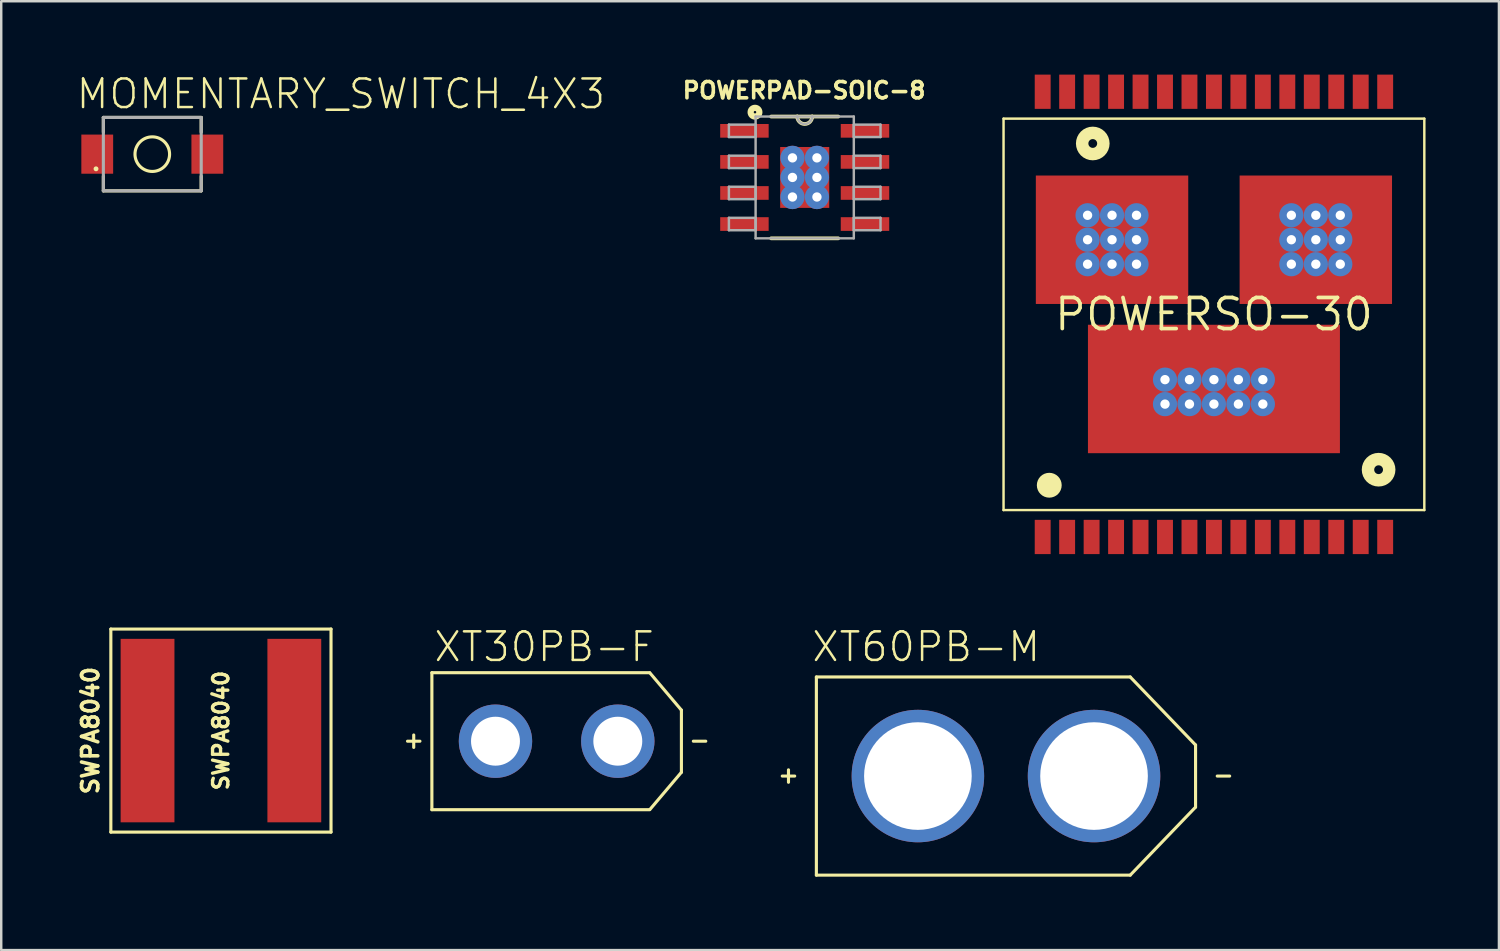
<source format=kicad_pcb>
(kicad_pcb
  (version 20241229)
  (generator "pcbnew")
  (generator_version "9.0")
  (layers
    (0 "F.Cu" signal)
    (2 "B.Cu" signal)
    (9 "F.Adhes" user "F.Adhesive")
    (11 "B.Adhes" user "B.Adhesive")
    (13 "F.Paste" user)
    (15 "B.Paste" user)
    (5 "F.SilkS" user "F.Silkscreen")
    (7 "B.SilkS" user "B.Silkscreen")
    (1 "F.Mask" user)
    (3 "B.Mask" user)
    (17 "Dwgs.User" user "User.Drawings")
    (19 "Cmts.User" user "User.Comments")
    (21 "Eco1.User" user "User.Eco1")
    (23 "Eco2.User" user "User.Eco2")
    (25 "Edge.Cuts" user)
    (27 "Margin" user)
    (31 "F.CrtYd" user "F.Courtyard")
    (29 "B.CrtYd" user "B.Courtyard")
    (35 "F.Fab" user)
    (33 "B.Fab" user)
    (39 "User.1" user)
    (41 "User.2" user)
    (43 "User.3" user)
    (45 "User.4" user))
  (footprint "XT30PB-F"
    (layer "F.Cu")
    (at 19.704 27.248)
    (property "Reference" "XT30PB-F" (at -5.08 -3.175 0) (layer "F.SilkS") (effects (font (size 1.168 1.168) (thickness 0.102)) (justify left bottom)))
    (fp_line (start -5.842 -0.254) (end -5.842 0.254) (stroke (width 0.127) (type solid)) (layer "F.SilkS"))
    (fp_line (start -5.588 0) (end -6.096 0) (stroke (width 0.127) (type solid)) (layer "F.SilkS"))
    (fp_line (start -5.1 -2.8) (end 3.8 -2.8) (stroke (width 0.127) (type solid)) (layer "F.SilkS"))
    (fp_line (start -5.1 2.8) (end -5.1 -2.8) (stroke (width 0.127) (type solid)) (layer "F.SilkS"))
    (fp_line (start -5.1 2.8) (end 3.8 2.8) (stroke (width 0.127) (type solid)) (layer "F.SilkS"))
    (fp_line (start 3.81 -2.794) (end 5.1 -1.27) (stroke (width 0.127) (type solid)) (layer "F.SilkS"))
    (fp_line (start 5.1 -1.27) (end 5.1 1.27) (stroke (width 0.127) (type solid)) (layer "F.SilkS"))
    (fp_line (start 5.1 1.27) (end 3.81 2.794) (stroke (width 0.127) (type solid)) (layer "F.SilkS"))
    (fp_line (start 5.588 0) (end 6.096 0) (stroke (width 0.127) (type solid)) (layer "F.SilkS"))
    (pad "+" thru_hole circle (at -2.5 0) (size 3 3) (drill 2) (layers "*.Cu" "*.Mask"))
    (pad "-" thru_hole circle (at 2.5 0) (size 3 3) (drill 2) (layers "*.Cu" "*.Mask")))
  (footprint "POWERSO-30"
    (layer "F.Cu")
    (at 46.572 9.8)
    (property "Reference" "POWERSO-30" (at 0 0 0) (layer "F.SilkS") (effects (font (size 1.27 1.27) (thickness 0.15))))
    (fp_line (start -8.6 -8) (end -8.6 8) (stroke (width 0.1) (type solid)) (layer "F.SilkS"))
    (fp_line (start -8.6 -8) (end 8.6 -8) (stroke (width 0.1) (type solid)) (layer "F.SilkS"))
    (fp_line (start -8.6 8) (end 8.6 8) (stroke (width 0.1) (type solid)) (layer "F.SilkS"))
    (fp_line (start 8.6 -8) (end 8.6 8) (stroke (width 0.1) (type solid)) (layer "F.SilkS"))
    (fp_circle (center -6.731 6.985) (end -6.477 6.985) (stroke (width 0.508) (type solid)) (fill no) (layer "F.SilkS"))
    (fp_circle (center -4.953 -6.985) (end -4.773 -6.985) (stroke (width 0.508) (type solid)) (fill no) (layer "F.SilkS"))
    (fp_circle (center 6.731 6.35) (end 6.911 6.35) (stroke (width 0.508) (type solid)) (fill no) (layer "F.SilkS"))
    (pad "P$1" thru_hole circle (at -4.165 -3.05) (size 0.991 0.991) (drill 0.381) (layers "*.Cu" "*.Mask"))
    (pad "P$2" thru_hole circle (at -3.165 -3.05) (size 0.991 0.991) (drill 0.381) (layers "*.Cu" "*.Mask"))
    (pad "P$3" thru_hole circle (at -5.165 -3.05) (size 0.991 0.991) (drill 0.381) (layers "*.Cu" "*.Mask"))
    (pad "P$4" thru_hole circle (at -5.165 -2.05) (size 0.991 0.991) (drill 0.381) (layers "*.Cu" "*.Mask"))
    (pad "P$5" thru_hole circle (at -4.165 -2.05) (size 0.991 0.991) (drill 0.381) (layers "*.Cu" "*.Mask"))
    (pad "P$6" thru_hole circle (at -3.165 -2.05) (size 0.991 0.991) (drill 0.381) (layers "*.Cu" "*.Mask"))
    (pad "P$7" thru_hole circle (at -5.165 -4.05) (size 0.991 0.991) (drill 0.381) (layers "*.Cu" "*.Mask"))
    (pad "P$8" thru_hole circle (at -4.165 -4.05) (size 0.991 0.991) (drill 0.381) (layers "*.Cu" "*.Mask"))
    (pad "P$9" thru_hole circle (at -3.165 -4.05) (size 0.991 0.991) (drill 0.381) (layers "*.Cu" "*.Mask"))
    (pad "P$10" thru_hole circle (at 4.165 -3.05) (size 0.991 0.991) (drill 0.381) (layers "*.Cu" "*.Mask"))
    (pad "P$11" thru_hole circle (at 5.165 -3.05) (size 0.991 0.991) (drill 0.381) (layers "*.Cu" "*.Mask"))
    (pad "P$12" thru_hole circle (at 3.165 -3.05) (size 0.991 0.991) (drill 0.381) (layers "*.Cu" "*.Mask"))
    (pad "P$13" thru_hole circle (at 3.165 -2.05) (size 0.991 0.991) (drill 0.381) (layers "*.Cu" "*.Mask"))
    (pad "P$14" thru_hole circle (at 4.165 -2.05) (size 0.991 0.991) (drill 0.381) (layers "*.Cu" "*.Mask"))
    (pad "P$15" thru_hole circle (at 5.165 -2.05) (size 0.991 0.991) (drill 0.381) (layers "*.Cu" "*.Mask"))
    (pad "P$16" thru_hole circle (at 3.165 -4.05) (size 0.991 0.991) (drill 0.381) (layers "*.Cu" "*.Mask"))
    (pad "P$17" thru_hole circle (at 4.165 -4.05) (size 0.991 0.991) (drill 0.381) (layers "*.Cu" "*.Mask"))
    (pad "P$18" thru_hole circle (at 5.165 -4.05) (size 0.991 0.991) (drill 0.381) (layers "*.Cu" "*.Mask"))
    (pad "P$19" thru_hole circle (at 0 2.669) (size 0.991 0.991) (drill 0.381) (layers "*.Cu" "*.Mask"))
    (pad "P$20" thru_hole circle (at -1 2.669) (size 0.991 0.991) (drill 0.381) (layers "*.Cu" "*.Mask"))
    (pad "P$21" thru_hole circle (at 1 2.669) (size 0.991 0.991) (drill 0.381) (layers "*.Cu" "*.Mask"))
    (pad "P$22" thru_hole circle (at -2 2.669) (size 0.991 0.991) (drill 0.381) (layers "*.Cu" "*.Mask"))
    (pad "P$23" thru_hole circle (at 2 2.669) (size 0.991 0.991) (drill 0.381) (layers "*.Cu" "*.Mask"))
    (pad "P$24" thru_hole circle (at 0 3.669) (size 0.991 0.991) (drill 0.381) (layers "*.Cu" "*.Mask"))
    (pad "P$25" thru_hole circle (at 1 3.669) (size 0.991 0.991) (drill 0.381) (layers "*.Cu" "*.Mask"))
    (pad "P$26" thru_hole circle (at 2 3.669) (size 0.991 0.991) (drill 0.381) (layers "*.Cu" "*.Mask"))
    (pad "P$27" thru_hole circle (at -1 3.669) (size 0.991 0.991) (drill 0.381) (layers "*.Cu" "*.Mask"))
    (pad "P$28" thru_hole circle (at -2 3.669) (size 0.991 0.991) (drill 0.381) (layers "*.Cu" "*.Mask"))
    (pad "P1" smd rect (at -7 9.1) (size 0.65 1.4) (layers "F.Cu" "F.Mask" "F.Paste"))
    (pad "P2" smd rect (at -6 9.1) (size 0.65 1.4) (layers "F.Cu" "F.Mask" "F.Paste"))
    (pad "P3" smd rect (at -5 9.1) (size 0.65 1.4) (layers "F.Cu" "F.Mask" "F.Paste"))
    (pad "P4" smd rect (at -4 9.1) (size 0.65 1.4) (layers "F.Cu" "F.Mask" "F.Paste"))
    (pad "P5" smd rect (at -3 9.1) (size 0.65 1.4) (layers "F.Cu" "F.Mask" "F.Paste"))
    (pad "P6" smd rect (at -2 9.1) (size 0.65 1.4) (layers "F.Cu" "F.Mask" "F.Paste"))
    (pad "P7" smd rect (at -1 9.1) (size 0.65 1.4) (layers "F.Cu" "F.Mask" "F.Paste"))
    (pad "P8" smd rect (at 0 9.1) (size 0.65 1.4) (layers "F.Cu" "F.Mask" "F.Paste"))
    (pad "P9" smd rect (at 1 9.1) (size 0.65 1.4) (layers "F.Cu" "F.Mask" "F.Paste"))
    (pad "P10" smd rect (at 2 9.1) (size 0.65 1.4) (layers "F.Cu" "F.Mask" "F.Paste"))
    (pad "P11" smd rect (at 3 9.1) (size 0.65 1.4) (layers "F.Cu" "F.Mask" "F.Paste"))
    (pad "P12" smd rect (at 4 9.1) (size 0.65 1.4) (layers "F.Cu" "F.Mask" "F.Paste"))
    (pad "P13" smd rect (at 5 9.1) (size 0.65 1.4) (layers "F.Cu" "F.Mask" "F.Paste"))
    (pad "P14" smd rect (at 6 9.1) (size 0.65 1.4) (layers "F.Cu" "F.Mask" "F.Paste"))
    (pad "P15" smd rect (at 7 9.1) (size 0.65 1.4) (layers "F.Cu" "F.Mask" "F.Paste"))
    (pad "P16" smd rect (at 7 -9.1) (size 0.65 1.4) (layers "F.Cu" "F.Mask" "F.Paste"))
    (pad "P17" smd rect (at 6 -9.1) (size 0.65 1.4) (layers "F.Cu" "F.Mask" "F.Paste"))
    (pad "P18" smd rect (at 5 -9.1) (size 0.65 1.4) (layers "F.Cu" "F.Mask" "F.Paste"))
    (pad "P19" smd rect (at 4 -9.1) (size 0.65 1.4) (layers "F.Cu" "F.Mask" "F.Paste"))
    (pad "P20" smd rect (at 3 -9.1) (size 0.65 1.4) (layers "F.Cu" "F.Mask" "F.Paste"))
    (pad "P21" smd rect (at 2 -9.1) (size 0.65 1.4) (layers "F.Cu" "F.Mask" "F.Paste"))
    (pad "P22" smd rect (at 1 -9.1) (size 0.65 1.4) (layers "F.Cu" "F.Mask" "F.Paste"))
    (pad "P23" smd rect (at 0 -9.1) (size 0.65 1.4) (layers "F.Cu" "F.Mask" "F.Paste"))
    (pad "P24" smd rect (at -1 -9.1) (size 0.65 1.4) (layers "F.Cu" "F.Mask" "F.Paste"))
    (pad "P25" smd rect (at -2 -9.1) (size 0.65 1.4) (layers "F.Cu" "F.Mask" "F.Paste"))
    (pad "P26" smd rect (at -3 -9.1) (size 0.65 1.4) (layers "F.Cu" "F.Mask" "F.Paste"))
    (pad "P27" smd rect (at -4 -9.1) (size 0.65 1.4) (layers "F.Cu" "F.Mask" "F.Paste"))
    (pad "P28" smd rect (at -5 -9.1) (size 0.65 1.4) (layers "F.Cu" "F.Mask" "F.Paste"))
    (pad "P29" smd rect (at -6 -9.1) (size 0.65 1.4) (layers "F.Cu" "F.Mask" "F.Paste"))
    (pad "P30" smd rect (at -7 -9.1) (size 0.65 1.4) (layers "F.Cu" "F.Mask" "F.Paste"))
    (pad "SLUG1" smd rect (at 0 3.05) (size 10.3 5.25) (layers "F.Cu" "F.Mask" "F.Paste"))
    (pad "SLUG2" smd rect (at -4.165 -3.05) (size 6.23 5.25) (layers "F.Cu" "F.Mask" "F.Paste"))
    (pad "SLUG3" smd rect (at 4.165 -3.05) (size 6.23 5.25) (layers "F.Cu" "F.Mask" "F.Paste")))
  (footprint "XT60PB-M"
    (layer "F.Cu")
    (at 38.071 28.673)
    (property "Reference" "XT60PB-M" (at -8 -4.6 0) (layer "F.SilkS") (effects (font (size 1.168 1.168) (thickness 0.102)) (justify left bottom)))
    (fp_line (start -8.89 -0.254) (end -8.89 0.254) (stroke (width 0.127) (type solid)) (layer "F.SilkS"))
    (fp_line (start -8.636 0) (end -9.144 0) (stroke (width 0.127) (type solid)) (layer "F.SilkS"))
    (fp_line (start -7.75 -4.05) (end -7.75 4.05) (stroke (width 0.127) (type solid)) (layer "F.SilkS"))
    (fp_line (start -7.75 4.05) (end 5.08 4.05) (stroke (width 0.127) (type solid)) (layer "F.SilkS"))
    (fp_line (start 5.08 -4.05) (end -7.75 -4.05) (stroke (width 0.127) (type solid)) (layer "F.SilkS"))
    (fp_line (start 5.08 4.05) (end 7.75 1.27) (stroke (width 0.127) (type solid)) (layer "F.SilkS"))
    (fp_line (start 7.75 -1.27) (end 5.08 -4.05) (stroke (width 0.127) (type solid)) (layer "F.SilkS"))
    (fp_line (start 7.75 1.27) (end 7.75 -1.27) (stroke (width 0.127) (type solid)) (layer "F.SilkS"))
    (fp_line (start 8.636 0) (end 9.144 0) (stroke (width 0.127) (type solid)) (layer "F.SilkS"))
    (pad "+" thru_hole circle (at -3.6 0) (size 5.416 5.416) (drill 4.4) (layers "*.Cu" "*.Mask"))
    (pad "-" thru_hole circle (at 3.6 0) (size 5.416 5.416) (drill 4.4) (layers "*.Cu" "*.Mask")))
  (footprint "SWPA8040"
    (layer "F.Cu")
    (at 5.981 26.814)
    (property "Reference" "SWPA8040" (at -5.334 0 90) (layer "F.SilkS") (effects (font (size 0.666 0.666) (thickness 0.146))))
    (fp_line (start -4.5 -4.15) (end 4.5 -4.15) (stroke (width 0.127) (type solid)) (layer "F.SilkS"))
    (fp_line (start -4.5 4.15) (end -4.5 -4.15) (stroke (width 0.127) (type solid)) (layer "F.SilkS"))
    (fp_line (start 4.5 -4.15) (end 4.5 4.15) (stroke (width 0.127) (type solid)) (layer "F.SilkS"))
    (fp_line (start 4.5 4.15) (end -4.5 4.15) (stroke (width 0.127) (type solid)) (layer "F.SilkS"))
    (fp_text user "SWPA8040" (at 0 0 90) (layer "F.SilkS") (effects (font (size 0.625 0.625) (thickness 0.137))))
    (pad "P1" smd rect (at -3 0) (size 2.2 7.5) (layers "F.Cu" "F.Mask" "F.Paste"))
    (pad "P2" smd rect (at 3 0) (size 2.2 7.5) (layers "F.Cu" "F.Mask" "F.Paste")))
  (footprint "MOMENTARY_SWITCH_4X3"
    (layer "F.Cu")
    (at 3.175 3.251)
    (property "Reference" "MOMENTARY_SWITCH_4X3" (at -3.175 -1.778 0) (layer "F.SilkS") (effects (font (size 1.168 1.168) (thickness 0.102)) (justify left bottom)))
    (fp_line (start -2 -1.5) (end 2 -1.5) (stroke (width 0.127) (type solid)) (layer "F.SilkS"))
    (fp_line (start -2 -0.9) (end -2 -1.5) (stroke (width 0.127) (type solid)) (layer "F.SilkS"))
    (fp_line (start -2 0.9) (end -2 1.5) (stroke (width 0.127) (type solid)) (layer "F.SilkS"))
    (fp_line (start -2 1.5) (end 2 1.5) (stroke (width 0.127) (type solid)) (layer "F.SilkS"))
    (fp_line (start 2 -1.5) (end 2 -0.9) (stroke (width 0.127) (type solid)) (layer "F.SilkS"))
    (fp_line (start 2 1.5) (end 2 0.9) (stroke (width 0.127) (type solid)) (layer "F.SilkS"))
    (fp_circle (center -2.3 0.6) (end -2.25 0.6) (stroke (width 0.1) (type solid)) (fill yes) (layer "F.SilkS"))
    (fp_circle (center 0 0) (end 0.707 0) (stroke (width 0.127) (type solid)) (fill no) (layer "F.SilkS"))
    (fp_line (start -2 -1.5) (end 2 -1.5) (stroke (width 0.127) (type solid)) (layer "F.Fab"))
    (fp_line (start -2 1.5) (end -2 -1.5) (stroke (width 0.127) (type solid)) (layer "F.Fab"))
    (fp_line (start -2 1.5) (end 2 1.5) (stroke (width 0.127) (type solid)) (layer "F.Fab"))
    (fp_line (start 2 1.5) (end 2 -1.5) (stroke (width 0.127) (type solid)) (layer "F.Fab"))
    (pad "P$1" smd rect (at -2.25 0 90) (size 1.6 1.3) (layers "F.Cu" "F.Mask" "F.Paste"))
    (pad "P$2" smd rect (at 2.25 0 90) (size 1.6 1.3) (layers "F.Cu" "F.Mask" "F.Paste")))
  (footprint "POWERPAD-SOIC-8"
    (layer "F.Cu")
    (at 29.844 4.203)
    (property "Reference" "POWERPAD-SOIC-8" (at -0.025 -3.556 0) (layer "F.SilkS") (effects (font (size 0.666 0.666) (thickness 0.146))))
    (fp_line (start -1.372 2.489) (end 1.372 2.489) (stroke (width 0.152) (type solid)) (layer "F.SilkS"))
    (fp_line (start -0.305 -2.489) (end -1.372 -2.489) (stroke (width 0.152) (type solid)) (layer "F.SilkS"))
    (fp_line (start 0.305 -2.489) (end -0.305 -2.489) (stroke (width 0.152) (type solid)) (layer "F.SilkS"))
    (fp_line (start 1.372 -2.489) (end 0.305 -2.489) (stroke (width 0.152) (type solid)) (layer "F.SilkS"))
    (fp_arc (start 0.3048 -2.4892) (mid 0 -2.1844) (end -0.3048 -2.4892) (stroke (width 0.1524) (type solid)) (layer "F.SilkS"))
    (fp_circle (center -2.032 -2.667) (end -1.981 -2.667) (stroke (width 0.254) (type solid)) (fill no) (layer "F.SilkS"))
    (fp_line (start -3.099 -2.159) (end -3.099 -1.651) (stroke (width 0.1) (type solid)) (layer "F.Fab"))
    (fp_line (start -3.099 -1.651) (end -2.007 -1.651) (stroke (width 0.1) (type solid)) (layer "F.Fab"))
    (fp_line (start -3.099 -0.889) (end -3.099 -0.381) (stroke (width 0.1) (type solid)) (layer "F.Fab"))
    (fp_line (start -3.099 -0.381) (end -2.007 -0.381) (stroke (width 0.1) (type solid)) (layer "F.Fab"))
    (fp_line (start -3.099 0.381) (end -3.099 0.889) (stroke (width 0.1) (type solid)) (layer "F.Fab"))
    (fp_line (start -3.099 0.889) (end -2.007 0.889) (stroke (width 0.1) (type solid)) (layer "F.Fab"))
    (fp_line (start -3.099 1.651) (end -3.099 2.159) (stroke (width 0.1) (type solid)) (layer "F.Fab"))
    (fp_line (start -3.099 2.159) (end -2.007 2.159) (stroke (width 0.1) (type solid)) (layer "F.Fab"))
    (fp_line (start -2.007 -2.489) (end -2.007 2.489) (stroke (width 0.1) (type solid)) (layer "F.Fab"))
    (fp_line (start -2.007 -2.159) (end -3.099 -2.159) (stroke (width 0.1) (type solid)) (layer "F.Fab"))
    (fp_line (start -2.007 -1.651) (end -2.007 -2.159) (stroke (width 0.1) (type solid)) (layer "F.Fab"))
    (fp_line (start -2.007 -0.889) (end -3.099 -0.889) (stroke (width 0.1) (type solid)) (layer "F.Fab"))
    (fp_line (start -2.007 -0.381) (end -2.007 -0.889) (stroke (width 0.1) (type solid)) (layer "F.Fab"))
    (fp_line (start -2.007 0.381) (end -3.099 0.381) (stroke (width 0.1) (type solid)) (layer "F.Fab"))
    (fp_line (start -2.007 0.889) (end -2.007 0.381) (stroke (width 0.1) (type solid)) (layer "F.Fab"))
    (fp_line (start -2.007 1.651) (end -3.099 1.651) (stroke (width 0.1) (type solid)) (layer "F.Fab"))
    (fp_line (start -2.007 2.159) (end -2.007 1.651) (stroke (width 0.1) (type solid)) (layer "F.Fab"))
    (fp_line (start -2.007 2.489) (end 2.007 2.489) (stroke (width 0.1) (type solid)) (layer "F.Fab"))
    (fp_line (start -0.305 -2.489) (end -2.007 -2.489) (stroke (width 0.1) (type solid)) (layer "F.Fab"))
    (fp_line (start 0.305 -2.489) (end -0.305 -2.489) (stroke (width 0.1) (type solid)) (layer "F.Fab"))
    (fp_line (start 2.007 -2.489) (end 0.305 -2.489) (stroke (width 0.1) (type solid)) (layer "F.Fab"))
    (fp_line (start 2.007 -2.159) (end 2.007 -1.651) (stroke (width 0.1) (type solid)) (layer "F.Fab"))
    (fp_line (start 2.007 -1.651) (end 3.099 -1.651) (stroke (width 0.1) (type solid)) (layer "F.Fab"))
    (fp_line (start 2.007 -0.889) (end 2.007 -0.381) (stroke (width 0.1) (type solid)) (layer "F.Fab"))
    (fp_line (start 2.007 -0.381) (end 3.099 -0.381) (stroke (width 0.1) (type solid)) (layer "F.Fab"))
    (fp_line (start 2.007 0.381) (end 2.007 0.889) (stroke (width 0.1) (type solid)) (layer "F.Fab"))
    (fp_line (start 2.007 0.889) (end 3.099 0.889) (stroke (width 0.1) (type solid)) (layer "F.Fab"))
    (fp_line (start 2.007 1.651) (end 2.007 2.159) (stroke (width 0.1) (type solid)) (layer "F.Fab"))
    (fp_line (start 2.007 2.159) (end 3.099 2.159) (stroke (width 0.1) (type solid)) (layer "F.Fab"))
    (fp_line (start 2.007 2.489) (end 2.007 -2.489) (stroke (width 0.1) (type solid)) (layer "F.Fab"))
    (fp_line (start 3.099 -2.159) (end 2.007 -2.159) (stroke (width 0.1) (type solid)) (layer "F.Fab"))
    (fp_line (start 3.099 -1.651) (end 3.099 -2.159) (stroke (width 0.1) (type solid)) (layer "F.Fab"))
    (fp_line (start 3.099 -0.889) (end 2.007 -0.889) (stroke (width 0.1) (type solid)) (layer "F.Fab"))
    (fp_line (start 3.099 -0.381) (end 3.099 -0.889) (stroke (width 0.1) (type solid)) (layer "F.Fab"))
    (fp_line (start 3.099 0.381) (end 2.007 0.381) (stroke (width 0.1) (type solid)) (layer "F.Fab"))
    (fp_line (start 3.099 0.889) (end 3.099 0.381) (stroke (width 0.1) (type solid)) (layer "F.Fab"))
    (fp_line (start 3.099 1.651) (end 2.007 1.651) (stroke (width 0.1) (type solid)) (layer "F.Fab"))
    (fp_line (start 3.099 2.159) (end 3.099 1.651) (stroke (width 0.1) (type solid)) (layer "F.Fab"))
    (fp_arc (start 0.3048 -2.4892) (mid 0 -2.1844) (end -0.3048 -2.4892) (stroke (width 0.1) (type solid)) (layer "F.Fab"))
    (pad "1" smd rect (at -2.464 -1.905) (size 1.981 0.559) (layers "F.Cu" "F.Mask" "F.Paste"))
    (pad "2" smd rect (at -2.464 -0.635) (size 1.981 0.559) (layers "F.Cu" "F.Mask" "F.Paste"))
    (pad "3" smd rect (at -2.464 0.635) (size 1.981 0.559) (layers "F.Cu" "F.Mask" "F.Paste"))
    (pad "4" smd rect (at -2.464 1.905) (size 1.981 0.559) (layers "F.Cu" "F.Mask" "F.Paste"))
    (pad "5" smd rect (at 2.464 1.905) (size 1.981 0.559) (layers "F.Cu" "F.Mask" "F.Paste"))
    (pad "6" smd rect (at 2.464 0.635) (size 1.981 0.559) (layers "F.Cu" "F.Mask" "F.Paste"))
    (pad "7" smd rect (at 2.464 -0.635) (size 1.981 0.559) (layers "F.Cu" "F.Mask" "F.Paste"))
    (pad "8" smd rect (at 2.464 -1.905) (size 1.981 0.559) (layers "F.Cu" "F.Mask" "F.Paste"))
    (pad "9" smd rect (at 0 0) (size 2.007 2.489) (layers "F.Cu" "F.Mask" "F.Paste"))
    (pad "P$1" thru_hole circle (at -0.5 -0.8) (size 0.991 0.991) (drill 0.381) (layers "*.Cu" "*.Mask"))
    (pad "P$2" thru_hole circle (at 0.5 -0.8) (size 0.991 0.991) (drill 0.381) (layers "*.Cu" "*.Mask"))
    (pad "P$3" thru_hole circle (at -0.5 0) (size 0.991 0.991) (drill 0.381) (layers "*.Cu" "*.Mask"))
    (pad "P$4" thru_hole circle (at 0.5 0) (size 0.991 0.991) (drill 0.381) (layers "*.Cu" "*.Mask"))
    (pad "P$5" thru_hole circle (at -0.5 0.8) (size 0.991 0.991) (drill 0.381) (layers "*.Cu" "*.Mask"))
    (pad "P$6" thru_hole circle (at 0.5 0.8) (size 0.991 0.991) (drill 0.381) (layers "*.Cu" "*.Mask")))
  (gr_rect
    (start -3 -3)
    (end 58.222 35.787)
    (stroke (width 0.1) (type default))
    (fill no)
    (layer "Edge.Cuts")))
</source>
